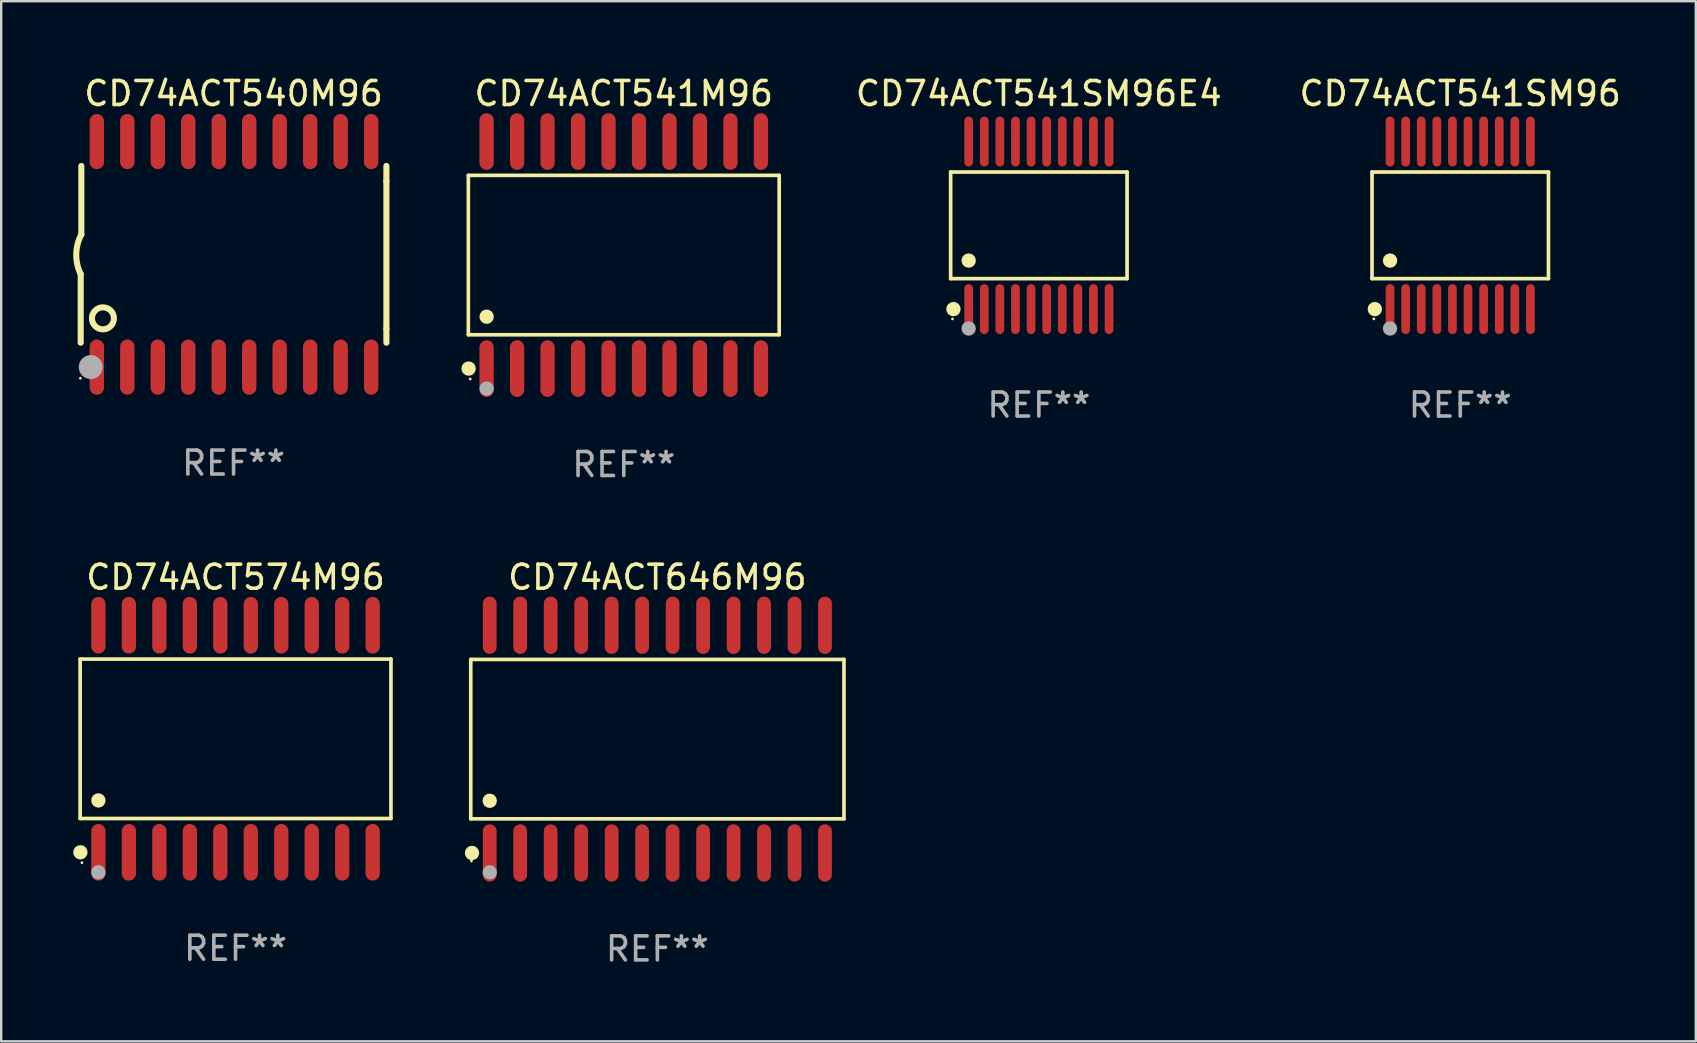
<source format=kicad_pcb>
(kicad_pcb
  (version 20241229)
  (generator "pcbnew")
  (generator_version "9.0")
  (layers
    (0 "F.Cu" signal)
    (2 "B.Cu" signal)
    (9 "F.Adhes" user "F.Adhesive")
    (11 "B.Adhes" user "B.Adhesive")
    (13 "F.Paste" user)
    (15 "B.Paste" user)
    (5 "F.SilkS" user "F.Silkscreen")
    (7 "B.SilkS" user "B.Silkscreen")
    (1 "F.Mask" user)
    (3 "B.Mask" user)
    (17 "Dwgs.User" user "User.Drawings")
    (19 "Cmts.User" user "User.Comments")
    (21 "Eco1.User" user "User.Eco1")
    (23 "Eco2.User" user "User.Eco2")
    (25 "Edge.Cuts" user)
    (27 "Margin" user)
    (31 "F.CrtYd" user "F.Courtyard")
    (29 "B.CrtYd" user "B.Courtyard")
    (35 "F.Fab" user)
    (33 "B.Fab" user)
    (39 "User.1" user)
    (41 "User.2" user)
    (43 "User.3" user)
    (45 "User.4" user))
  (footprint "CD74ACT541M96"
    (layer "F.Cu")
    (at 22.942 7.578)
    (property "Reference" "CD74ACT541M96" (at 0 -6.73 0) (layer "F.SilkS") (effects (font (size 1 1) (thickness 0.15))))
    (attr through_hole)
    (fp_line (start -6.476 -3.321) (end 6.476 -3.321) (stroke (width 0.152) (type solid)) (layer "F.SilkS"))
    (fp_line (start -6.476 3.321) (end -6.476 -3.321) (stroke (width 0.152) (type solid)) (layer "F.SilkS"))
    (fp_line (start 6.476 -3.321) (end 6.476 3.321) (stroke (width 0.152) (type solid)) (layer "F.SilkS"))
    (fp_line (start 6.476 3.321) (end -6.476 3.321) (stroke (width 0.152) (type solid)) (layer "F.SilkS"))
    (fp_circle (center -6.465 4.73) (end -6.315 4.73) (stroke (width 0.3) (type solid)) (fill no) (layer "F.SilkS"))
    (fp_circle (center -6.4 5.163) (end -6.37 5.163) (stroke (width 0.06) (type solid)) (fill no) (layer "F.SilkS"))
    (fp_circle (center -5.715 2.569) (end -5.565 2.569) (stroke (width 0.3) (type solid)) (fill no) (layer "F.SilkS"))
    (fp_circle (center -5.715 5.563) (end -5.565 5.563) (stroke (width 0.3) (type solid)) (fill no) (layer "F.Fab"))
    (fp_text user "REF**" (at 0 8.73 0) (layer "F.Fab") (effects (font (size 1 1) (thickness 0.15))))
    (pad "1" smd oval (at -5.715 4.73) (size 0.595 2.36) (layers "F.Cu" "F.Mask" "F.Paste"))
    (pad "2" smd oval (at -4.445 4.73) (size 0.595 2.36) (layers "F.Cu" "F.Mask" "F.Paste"))
    (pad "3" smd oval (at -3.175 4.73) (size 0.595 2.36) (layers "F.Cu" "F.Mask" "F.Paste"))
    (pad "4" smd oval (at -1.905 4.73) (size 0.595 2.36) (layers "F.Cu" "F.Mask" "F.Paste"))
    (pad "5" smd oval (at -0.635 4.73) (size 0.595 2.36) (layers "F.Cu" "F.Mask" "F.Paste"))
    (pad "6" smd oval (at 0.635 4.73) (size 0.595 2.36) (layers "F.Cu" "F.Mask" "F.Paste"))
    (pad "7" smd oval (at 1.905 4.73) (size 0.595 2.36) (layers "F.Cu" "F.Mask" "F.Paste"))
    (pad "8" smd oval (at 3.175 4.73) (size 0.595 2.36) (layers "F.Cu" "F.Mask" "F.Paste"))
    (pad "9" smd oval (at 4.445 4.73) (size 0.595 2.36) (layers "F.Cu" "F.Mask" "F.Paste"))
    (pad "10" smd oval (at 5.715 4.73) (size 0.595 2.36) (layers "F.Cu" "F.Mask" "F.Paste"))
    (pad "11" smd oval (at 5.715 -4.73) (size 0.595 2.36) (layers "F.Cu" "F.Mask" "F.Paste"))
    (pad "12" smd oval (at 4.445 -4.73) (size 0.595 2.36) (layers "F.Cu" "F.Mask" "F.Paste"))
    (pad "13" smd oval (at 3.175 -4.73) (size 0.595 2.36) (layers "F.Cu" "F.Mask" "F.Paste"))
    (pad "14" smd oval (at 1.905 -4.73) (size 0.595 2.36) (layers "F.Cu" "F.Mask" "F.Paste"))
    (pad "15" smd oval (at 0.635 -4.73) (size 0.595 2.36) (layers "F.Cu" "F.Mask" "F.Paste"))
    (pad "16" smd oval (at -0.635 -4.73) (size 0.595 2.36) (layers "F.Cu" "F.Mask" "F.Paste"))
    (pad "17" smd oval (at -1.905 -4.73) (size 0.595 2.36) (layers "F.Cu" "F.Mask" "F.Paste"))
    (pad "18" smd oval (at -3.175 -4.73) (size 0.595 2.36) (layers "F.Cu" "F.Mask" "F.Paste"))
    (pad "19" smd oval (at -4.445 -4.73) (size 0.595 2.36) (layers "F.Cu" "F.Mask" "F.Paste"))
    (pad "20" smd oval (at -5.715 -4.73) (size 0.595 2.36) (layers "F.Cu" "F.Mask" "F.Paste")))
  (footprint "CD74ACT646M96"
    (layer "F.Cu")
    (at 24.342 27.749)
    (property "Reference" "CD74ACT646M96" (at 0 -6.744 0) (layer "F.SilkS") (effects (font (size 1 1) (thickness 0.15))))
    (attr through_hole)
    (fp_line (start -7.776 -3.321) (end 7.776 -3.321) (stroke (width 0.152) (type solid)) (layer "F.SilkS"))
    (fp_line (start -7.776 3.321) (end -7.776 -3.321) (stroke (width 0.152) (type solid)) (layer "F.SilkS"))
    (fp_line (start 7.776 -3.321) (end 7.776 3.321) (stroke (width 0.152) (type solid)) (layer "F.SilkS"))
    (fp_line (start 7.776 3.321) (end -7.776 3.321) (stroke (width 0.152) (type solid)) (layer "F.SilkS"))
    (fp_circle (center -7.747 5.08) (end -7.717 5.08) (stroke (width 0.06) (type solid)) (fill no) (layer "F.SilkS"))
    (fp_circle (center -7.724 4.744) (end -7.574 4.744) (stroke (width 0.3) (type solid)) (fill no) (layer "F.SilkS"))
    (fp_circle (center -6.985 2.569) (end -6.835 2.569) (stroke (width 0.3) (type solid)) (fill no) (layer "F.SilkS"))
    (fp_circle (center -6.985 5.55) (end -6.835 5.55) (stroke (width 0.3) (type solid)) (fill no) (layer "F.Fab"))
    (fp_text user "REF**" (at 0 8.744 0) (layer "F.Fab") (effects (font (size 1 1) (thickness 0.15))))
    (pad "1" smd oval (at -6.985 4.744) (size 0.574 2.388) (layers "F.Cu" "F.Mask" "F.Paste"))
    (pad "2" smd oval (at -5.715 4.744) (size 0.574 2.388) (layers "F.Cu" "F.Mask" "F.Paste"))
    (pad "3" smd oval (at -4.445 4.744) (size 0.574 2.388) (layers "F.Cu" "F.Mask" "F.Paste"))
    (pad "4" smd oval (at -3.175 4.744) (size 0.574 2.388) (layers "F.Cu" "F.Mask" "F.Paste"))
    (pad "5" smd oval (at -1.905 4.744) (size 0.574 2.388) (layers "F.Cu" "F.Mask" "F.Paste"))
    (pad "6" smd oval (at -0.635 4.744) (size 0.574 2.388) (layers "F.Cu" "F.Mask" "F.Paste"))
    (pad "7" smd oval (at 0.635 4.744) (size 0.574 2.388) (layers "F.Cu" "F.Mask" "F.Paste"))
    (pad "8" smd oval (at 1.905 4.744) (size 0.574 2.388) (layers "F.Cu" "F.Mask" "F.Paste"))
    (pad "9" smd oval (at 3.175 4.744) (size 0.574 2.388) (layers "F.Cu" "F.Mask" "F.Paste"))
    (pad "10" smd oval (at 4.445 4.744) (size 0.574 2.388) (layers "F.Cu" "F.Mask" "F.Paste"))
    (pad "11" smd oval (at 5.715 4.744) (size 0.574 2.388) (layers "F.Cu" "F.Mask" "F.Paste"))
    (pad "12" smd oval (at 6.985 4.744) (size 0.574 2.388) (layers "F.Cu" "F.Mask" "F.Paste"))
    (pad "13" smd oval (at 6.985 -4.744) (size 0.574 2.388) (layers "F.Cu" "F.Mask" "F.Paste"))
    (pad "14" smd oval (at 5.715 -4.744) (size 0.574 2.388) (layers "F.Cu" "F.Mask" "F.Paste"))
    (pad "15" smd oval (at 4.445 -4.744) (size 0.574 2.388) (layers "F.Cu" "F.Mask" "F.Paste"))
    (pad "16" smd oval (at 3.175 -4.744) (size 0.574 2.388) (layers "F.Cu" "F.Mask" "F.Paste"))
    (pad "17" smd oval (at 1.905 -4.744) (size 0.574 2.388) (layers "F.Cu" "F.Mask" "F.Paste"))
    (pad "18" smd oval (at 0.635 -4.744) (size 0.574 2.388) (layers "F.Cu" "F.Mask" "F.Paste"))
    (pad "19" smd oval (at -0.635 -4.744) (size 0.574 2.388) (layers "F.Cu" "F.Mask" "F.Paste"))
    (pad "20" smd oval (at -1.905 -4.744) (size 0.574 2.388) (layers "F.Cu" "F.Mask" "F.Paste"))
    (pad "21" smd oval (at -3.175 -4.744) (size 0.574 2.388) (layers "F.Cu" "F.Mask" "F.Paste"))
    (pad "22" smd oval (at -4.445 -4.744) (size 0.574 2.388) (layers "F.Cu" "F.Mask" "F.Paste"))
    (pad "23" smd oval (at -5.715 -4.744) (size 0.574 2.388) (layers "F.Cu" "F.Mask" "F.Paste"))
    (pad "24" smd oval (at -6.985 -4.744) (size 0.574 2.388) (layers "F.Cu" "F.Mask" "F.Paste")))
  (footprint "CD74ACT541SM96E4"
    (layer "F.Cu")
    (at 40.239 6.339)
    (property "Reference" "CD74ACT541SM96E4" (at 0 -5.491 0) (layer "F.SilkS") (effects (font (size 1 1) (thickness 0.15))))
    (attr through_hole)
    (fp_line (start -3.676 -2.221) (end 3.676 -2.221) (stroke (width 0.152) (type solid)) (layer "F.SilkS"))
    (fp_line (start -3.676 2.221) (end -3.676 -2.221) (stroke (width 0.152) (type solid)) (layer "F.SilkS"))
    (fp_line (start 3.676 -2.221) (end 3.676 2.221) (stroke (width 0.152) (type solid)) (layer "F.SilkS"))
    (fp_line (start 3.676 2.221) (end -3.676 2.221) (stroke (width 0.152) (type solid)) (layer "F.SilkS"))
    (fp_circle (center -3.6 3.9) (end -3.57 3.9) (stroke (width 0.06) (type solid)) (fill no) (layer "F.SilkS"))
    (fp_circle (center -3.559 3.491) (end -3.409 3.491) (stroke (width 0.3) (type solid)) (fill no) (layer "F.SilkS"))
    (fp_circle (center -2.925 1.469) (end -2.775 1.469) (stroke (width 0.3) (type solid)) (fill no) (layer "F.SilkS"))
    (fp_circle (center -2.925 4.3) (end -2.775 4.3) (stroke (width 0.3) (type solid)) (fill no) (layer "F.Fab"))
    (fp_text user "REF**" (at 0 7.491 0) (layer "F.Fab") (effects (font (size 1 1) (thickness 0.15))))
    (pad "1" smd oval (at -2.925 3.491) (size 0.364 2.082) (layers "F.Cu" "F.Mask" "F.Paste"))
    (pad "2" smd oval (at -2.275 3.491) (size 0.364 2.082) (layers "F.Cu" "F.Mask" "F.Paste"))
    (pad "3" smd oval (at -1.625 3.491) (size 0.364 2.082) (layers "F.Cu" "F.Mask" "F.Paste"))
    (pad "4" smd oval (at -0.975 3.491) (size 0.364 2.082) (layers "F.Cu" "F.Mask" "F.Paste"))
    (pad "5" smd oval (at -0.325 3.491) (size 0.364 2.082) (layers "F.Cu" "F.Mask" "F.Paste"))
    (pad "6" smd oval (at 0.325 3.491) (size 0.364 2.082) (layers "F.Cu" "F.Mask" "F.Paste"))
    (pad "7" smd oval (at 0.975 3.491) (size 0.364 2.082) (layers "F.Cu" "F.Mask" "F.Paste"))
    (pad "8" smd oval (at 1.625 3.491) (size 0.364 2.082) (layers "F.Cu" "F.Mask" "F.Paste"))
    (pad "9" smd oval (at 2.275 3.491) (size 0.364 2.082) (layers "F.Cu" "F.Mask" "F.Paste"))
    (pad "10" smd oval (at 2.925 3.491) (size 0.364 2.082) (layers "F.Cu" "F.Mask" "F.Paste"))
    (pad "11" smd oval (at 2.925 -3.491) (size 0.364 2.082) (layers "F.Cu" "F.Mask" "F.Paste"))
    (pad "12" smd oval (at 2.275 -3.491) (size 0.364 2.082) (layers "F.Cu" "F.Mask" "F.Paste"))
    (pad "13" smd oval (at 1.625 -3.491) (size 0.364 2.082) (layers "F.Cu" "F.Mask" "F.Paste"))
    (pad "14" smd oval (at 0.975 -3.491) (size 0.364 2.082) (layers "F.Cu" "F.Mask" "F.Paste"))
    (pad "15" smd oval (at 0.325 -3.491) (size 0.364 2.082) (layers "F.Cu" "F.Mask" "F.Paste"))
    (pad "16" smd oval (at -0.325 -3.491) (size 0.364 2.082) (layers "F.Cu" "F.Mask" "F.Paste"))
    (pad "17" smd oval (at -0.975 -3.491) (size 0.364 2.082) (layers "F.Cu" "F.Mask" "F.Paste"))
    (pad "18" smd oval (at -1.625 -3.491) (size 0.364 2.082) (layers "F.Cu" "F.Mask" "F.Paste"))
    (pad "19" smd oval (at -2.275 -3.491) (size 0.364 2.082) (layers "F.Cu" "F.Mask" "F.Paste"))
    (pad "20" smd oval (at -2.925 -3.491) (size 0.364 2.082) (layers "F.Cu" "F.Mask" "F.Paste")))
  (footprint "CD74ACT541SM96"
    (layer "F.Cu")
    (at 57.798 6.339)
    (property "Reference" "CD74ACT541SM96" (at 0 -5.491 0) (layer "F.SilkS") (effects (font (size 1 1) (thickness 0.15))))
    (attr through_hole)
    (fp_line (start -3.676 -2.221) (end 3.676 -2.221) (stroke (width 0.152) (type solid)) (layer "F.SilkS"))
    (fp_line (start -3.676 2.221) (end -3.676 -2.221) (stroke (width 0.152) (type solid)) (layer "F.SilkS"))
    (fp_line (start 3.676 -2.221) (end 3.676 2.221) (stroke (width 0.152) (type solid)) (layer "F.SilkS"))
    (fp_line (start 3.676 2.221) (end -3.676 2.221) (stroke (width 0.152) (type solid)) (layer "F.SilkS"))
    (fp_circle (center -3.6 3.9) (end -3.57 3.9) (stroke (width 0.06) (type solid)) (fill no) (layer "F.SilkS"))
    (fp_circle (center -3.559 3.491) (end -3.409 3.491) (stroke (width 0.3) (type solid)) (fill no) (layer "F.SilkS"))
    (fp_circle (center -2.925 1.469) (end -2.775 1.469) (stroke (width 0.3) (type solid)) (fill no) (layer "F.SilkS"))
    (fp_circle (center -2.925 4.3) (end -2.775 4.3) (stroke (width 0.3) (type solid)) (fill no) (layer "F.Fab"))
    (fp_text user "REF**" (at 0 7.491 0) (layer "F.Fab") (effects (font (size 1 1) (thickness 0.15))))
    (pad "1" smd oval (at -2.925 3.491) (size 0.364 2.082) (layers "F.Cu" "F.Mask" "F.Paste"))
    (pad "2" smd oval (at -2.275 3.491) (size 0.364 2.082) (layers "F.Cu" "F.Mask" "F.Paste"))
    (pad "3" smd oval (at -1.625 3.491) (size 0.364 2.082) (layers "F.Cu" "F.Mask" "F.Paste"))
    (pad "4" smd oval (at -0.975 3.491) (size 0.364 2.082) (layers "F.Cu" "F.Mask" "F.Paste"))
    (pad "5" smd oval (at -0.325 3.491) (size 0.364 2.082) (layers "F.Cu" "F.Mask" "F.Paste"))
    (pad "6" smd oval (at 0.325 3.491) (size 0.364 2.082) (layers "F.Cu" "F.Mask" "F.Paste"))
    (pad "7" smd oval (at 0.975 3.491) (size 0.364 2.082) (layers "F.Cu" "F.Mask" "F.Paste"))
    (pad "8" smd oval (at 1.625 3.491) (size 0.364 2.082) (layers "F.Cu" "F.Mask" "F.Paste"))
    (pad "9" smd oval (at 2.275 3.491) (size 0.364 2.082) (layers "F.Cu" "F.Mask" "F.Paste"))
    (pad "10" smd oval (at 2.925 3.491) (size 0.364 2.082) (layers "F.Cu" "F.Mask" "F.Paste"))
    (pad "11" smd oval (at 2.925 -3.491) (size 0.364 2.082) (layers "F.Cu" "F.Mask" "F.Paste"))
    (pad "12" smd oval (at 2.275 -3.491) (size 0.364 2.082) (layers "F.Cu" "F.Mask" "F.Paste"))
    (pad "13" smd oval (at 1.625 -3.491) (size 0.364 2.082) (layers "F.Cu" "F.Mask" "F.Paste"))
    (pad "14" smd oval (at 0.975 -3.491) (size 0.364 2.082) (layers "F.Cu" "F.Mask" "F.Paste"))
    (pad "15" smd oval (at 0.325 -3.491) (size 0.364 2.082) (layers "F.Cu" "F.Mask" "F.Paste"))
    (pad "16" smd oval (at -0.325 -3.491) (size 0.364 2.082) (layers "F.Cu" "F.Mask" "F.Paste"))
    (pad "17" smd oval (at -0.975 -3.491) (size 0.364 2.082) (layers "F.Cu" "F.Mask" "F.Paste"))
    (pad "18" smd oval (at -1.625 -3.491) (size 0.364 2.082) (layers "F.Cu" "F.Mask" "F.Paste"))
    (pad "19" smd oval (at -2.275 -3.491) (size 0.364 2.082) (layers "F.Cu" "F.Mask" "F.Paste"))
    (pad "20" smd oval (at -2.925 -3.491) (size 0.364 2.082) (layers "F.Cu" "F.Mask" "F.Paste")))
  (footprint "CD74ACT574M96"
    (layer "F.Cu")
    (at 6.765 27.735)
    (property "Reference" "CD74ACT574M96" (at 0 -6.73 0) (layer "F.SilkS") (effects (font (size 1 1) (thickness 0.15))))
    (attr through_hole)
    (fp_line (start -6.476 -3.321) (end 6.476 -3.321) (stroke (width 0.152) (type solid)) (layer "F.SilkS"))
    (fp_line (start -6.476 3.321) (end -6.476 -3.321) (stroke (width 0.152) (type solid)) (layer "F.SilkS"))
    (fp_line (start 6.476 -3.321) (end 6.476 3.321) (stroke (width 0.152) (type solid)) (layer "F.SilkS"))
    (fp_line (start 6.476 3.321) (end -6.476 3.321) (stroke (width 0.152) (type solid)) (layer "F.SilkS"))
    (fp_circle (center -6.465 4.73) (end -6.315 4.73) (stroke (width 0.3) (type solid)) (fill no) (layer "F.SilkS"))
    (fp_circle (center -6.4 5.163) (end -6.37 5.163) (stroke (width 0.06) (type solid)) (fill no) (layer "F.SilkS"))
    (fp_circle (center -5.715 2.569) (end -5.565 2.569) (stroke (width 0.3) (type solid)) (fill no) (layer "F.SilkS"))
    (fp_circle (center -5.715 5.563) (end -5.565 5.563) (stroke (width 0.3) (type solid)) (fill no) (layer "F.Fab"))
    (fp_text user "REF**" (at 0 8.73 0) (layer "F.Fab") (effects (font (size 1 1) (thickness 0.15))))
    (pad "1" smd oval (at -5.715 4.73) (size 0.595 2.36) (layers "F.Cu" "F.Mask" "F.Paste"))
    (pad "2" smd oval (at -4.445 4.73) (size 0.595 2.36) (layers "F.Cu" "F.Mask" "F.Paste"))
    (pad "3" smd oval (at -3.175 4.73) (size 0.595 2.36) (layers "F.Cu" "F.Mask" "F.Paste"))
    (pad "4" smd oval (at -1.905 4.73) (size 0.595 2.36) (layers "F.Cu" "F.Mask" "F.Paste"))
    (pad "5" smd oval (at -0.635 4.73) (size 0.595 2.36) (layers "F.Cu" "F.Mask" "F.Paste"))
    (pad "6" smd oval (at 0.635 4.73) (size 0.595 2.36) (layers "F.Cu" "F.Mask" "F.Paste"))
    (pad "7" smd oval (at 1.905 4.73) (size 0.595 2.36) (layers "F.Cu" "F.Mask" "F.Paste"))
    (pad "8" smd oval (at 3.175 4.73) (size 0.595 2.36) (layers "F.Cu" "F.Mask" "F.Paste"))
    (pad "9" smd oval (at 4.445 4.73) (size 0.595 2.36) (layers "F.Cu" "F.Mask" "F.Paste"))
    (pad "10" smd oval (at 5.715 4.73) (size 0.595 2.36) (layers "F.Cu" "F.Mask" "F.Paste"))
    (pad "11" smd oval (at 5.715 -4.73) (size 0.595 2.36) (layers "F.Cu" "F.Mask" "F.Paste"))
    (pad "12" smd oval (at 4.445 -4.73) (size 0.595 2.36) (layers "F.Cu" "F.Mask" "F.Paste"))
    (pad "13" smd oval (at 3.175 -4.73) (size 0.595 2.36) (layers "F.Cu" "F.Mask" "F.Paste"))
    (pad "14" smd oval (at 1.905 -4.73) (size 0.595 2.36) (layers "F.Cu" "F.Mask" "F.Paste"))
    (pad "15" smd oval (at 0.635 -4.73) (size 0.595 2.36) (layers "F.Cu" "F.Mask" "F.Paste"))
    (pad "16" smd oval (at -0.635 -4.73) (size 0.595 2.36) (layers "F.Cu" "F.Mask" "F.Paste"))
    (pad "17" smd oval (at -1.905 -4.73) (size 0.595 2.36) (layers "F.Cu" "F.Mask" "F.Paste"))
    (pad "18" smd oval (at -3.175 -4.73) (size 0.595 2.36) (layers "F.Cu" "F.Mask" "F.Paste"))
    (pad "19" smd oval (at -4.445 -4.73) (size 0.595 2.36) (layers "F.Cu" "F.Mask" "F.Paste"))
    (pad "20" smd oval (at -5.715 -4.73) (size 0.595 2.36) (layers "F.Cu" "F.Mask" "F.Paste")))
  (footprint "CD74ACT540M96"
    (layer "F.Cu")
    (at 6.682 7.548)
    (property "Reference" "CD74ACT540M96" (at 0 -6.7 0) (layer "F.SilkS") (effects (font (size 1 1) (thickness 0.15))))
    (attr through_hole)
    (fp_line (start -6.369 0.826) (end -6.369 3.683) (stroke (width 0.254) (type solid)) (layer "F.SilkS"))
    (fp_line (start -6.343 -0.825) (end -6.343 -3.683) (stroke (width 0.254) (type solid)) (layer "F.SilkS"))
    (fp_line (start 6.369 -3.048) (end 6.369 -3.683) (stroke (width 0.254) (type solid)) (layer "F.SilkS"))
    (fp_line (start 6.369 -3.048) (end 6.369 3.096) (stroke (width 0.254) (type solid)) (layer "F.SilkS"))
    (fp_line (start 6.369 3.096) (end 6.369 3.683) (stroke (width 0.254) (type solid)) (layer "F.SilkS"))
    (fp_arc (start -6.36853 0.825552) (mid -6.554743 -0.00301) (end -6.343129 -0.825451) (stroke (width 0.254001) (type solid)) (layer "F.SilkS"))
    (fp_circle (center -6.382 5.163) (end -6.352 5.163) (stroke (width 0.06) (type solid)) (fill no) (layer "F.SilkS"))
    (fp_circle (center -5.443 2.667) (end -4.985 2.667) (stroke (width 0.254) (type solid)) (fill no) (layer "F.SilkS"))
    (fp_circle (center -5.951 4.699) (end -5.701 4.699) (stroke (width 0.5) (type solid)) (fill no) (layer "F.Fab"))
    (fp_text user "REF**" (at 0 8.7 0) (layer "F.Fab") (effects (font (size 1 1) (thickness 0.15))))
    (pad "1" smd oval (at -5.697 4.7 180) (size 0.6 2.3) (layers "F.Cu" "F.Mask" "F.Paste"))
    (pad "2" smd oval (at -4.427 4.7 180) (size 0.6 2.3) (layers "F.Cu" "F.Mask" "F.Paste"))
    (pad "3" smd oval (at -3.157 4.7 180) (size 0.6 2.3) (layers "F.Cu" "F.Mask" "F.Paste"))
    (pad "4" smd oval (at -1.887 4.7 180) (size 0.6 2.3) (layers "F.Cu" "F.Mask" "F.Paste"))
    (pad "5" smd oval (at -0.617 4.7 180) (size 0.6 2.3) (layers "F.Cu" "F.Mask" "F.Paste"))
    (pad "6" smd oval (at 0.653 4.7 180) (size 0.6 2.3) (layers "F.Cu" "F.Mask" "F.Paste"))
    (pad "7" smd oval (at 1.923 4.7 180) (size 0.6 2.3) (layers "F.Cu" "F.Mask" "F.Paste"))
    (pad "8" smd oval (at 3.193 4.7 180) (size 0.6 2.3) (layers "F.Cu" "F.Mask" "F.Paste"))
    (pad "9" smd oval (at 4.463 4.7 180) (size 0.6 2.3) (layers "F.Cu" "F.Mask" "F.Paste"))
    (pad "10" smd oval (at 5.734 4.7 180) (size 0.6 2.3) (layers "F.Cu" "F.Mask" "F.Paste"))
    (pad "11" smd oval (at 5.734 -4.7 180) (size 0.6 2.3) (layers "F.Cu" "F.Mask" "F.Paste"))
    (pad "12" smd oval (at 4.463 -4.7 180) (size 0.6 2.3) (layers "F.Cu" "F.Mask" "F.Paste"))
    (pad "13" smd oval (at 3.193 -4.7 180) (size 0.6 2.3) (layers "F.Cu" "F.Mask" "F.Paste"))
    (pad "14" smd oval (at 1.923 -4.7 180) (size 0.6 2.3) (layers "F.Cu" "F.Mask" "F.Paste"))
    (pad "15" smd oval (at 0.653 -4.7 180) (size 0.6 2.3) (layers "F.Cu" "F.Mask" "F.Paste"))
    (pad "16" smd oval (at -0.617 -4.7 180) (size 0.6 2.3) (layers "F.Cu" "F.Mask" "F.Paste"))
    (pad "17" smd oval (at -1.887 -4.7 180) (size 0.6 2.3) (layers "F.Cu" "F.Mask" "F.Paste"))
    (pad "18" smd oval (at -3.157 -4.7 180) (size 0.6 2.3) (layers "F.Cu" "F.Mask" "F.Paste"))
    (pad "19" smd oval (at -4.427 -4.7 180) (size 0.6 2.3) (layers "F.Cu" "F.Mask" "F.Paste"))
    (pad "20" smd oval (at -5.697 -4.7 180) (size 0.6 2.3) (layers "F.Cu" "F.Mask" "F.Paste")))
  (gr_rect
    (start -3 -3)
    (end 67.614 40.341)
    (stroke (width 0.1) (type default))
    (fill no)
    (layer "Edge.Cuts")))
</source>
